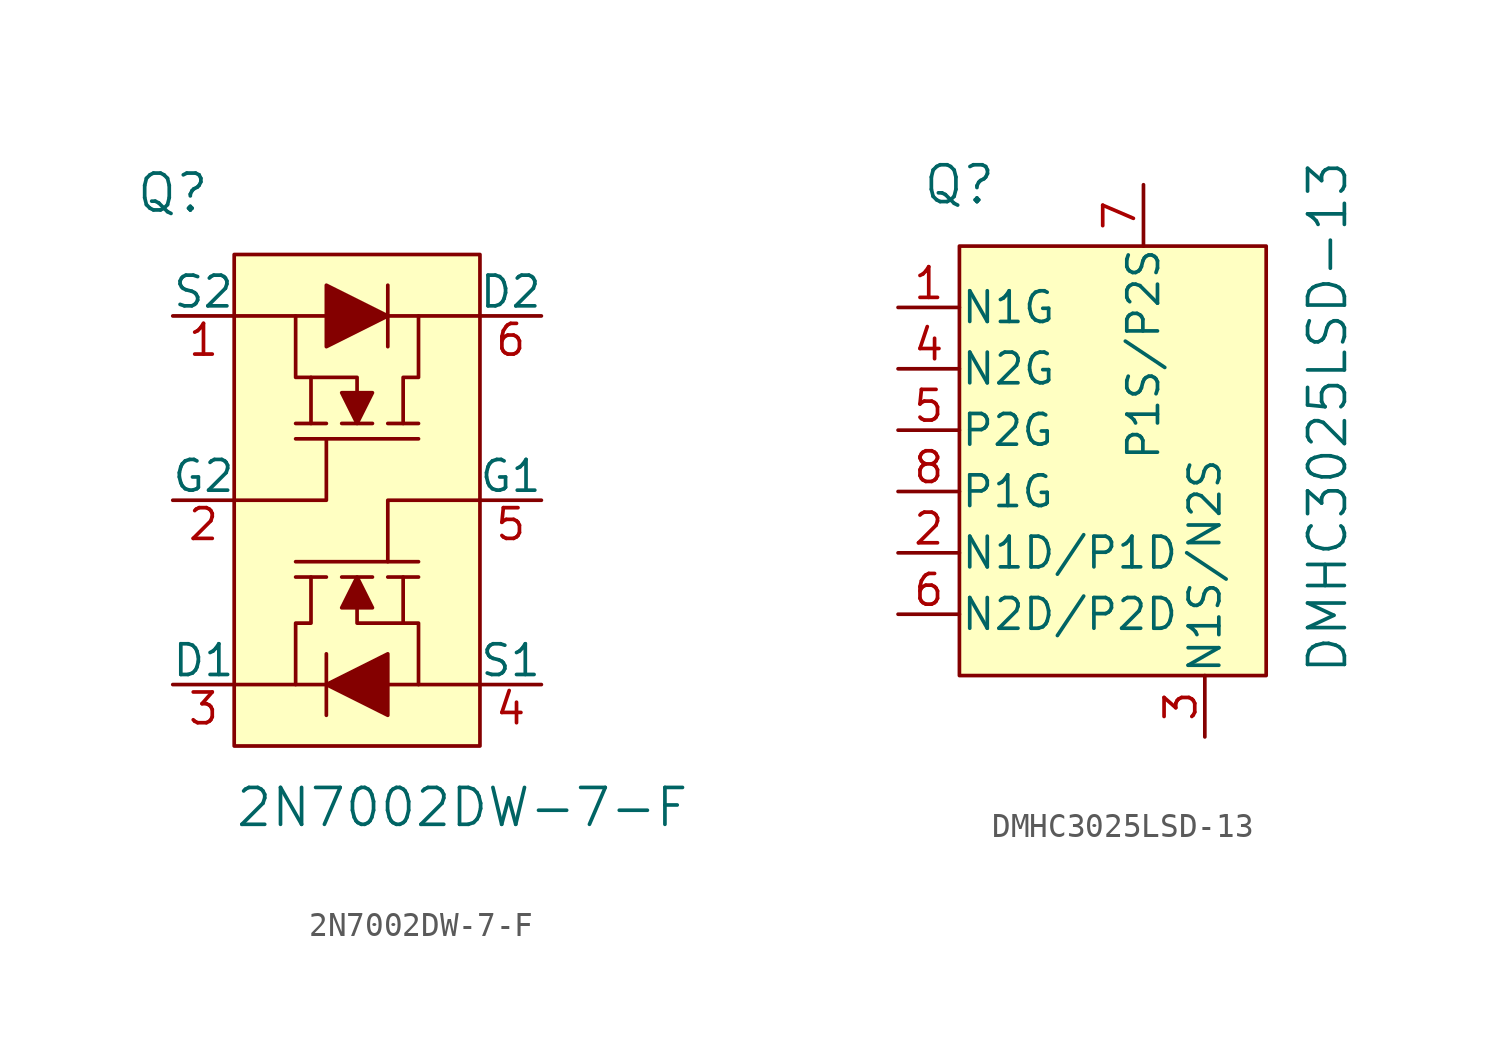
<source format=kicad_sym>
(kicad_symbol_lib
  (version 20211014)
  (generator kicad_symbol_editor)
  (symbol "2N7002DW-7-F"
    (pin_names
      (offset 0))
    (property "Reference" "Q"
      (at -7.62 10.16 0)
      (effects (font (size 1.524 1.524))))
    (property "Value" "2N7002DW-7-F"
      (at -5.08 -15.24 0)
      (effects (font (size 1.524 1.524)) (justify left)))
    (symbol "2N7002DW-7-F_0_1"
      (rectangle (start -5.08 7.62) (end 5.08 -12.7) (stroke (width 0) (type default) (color 0 0 0 0)) (fill (type background)))
      (polyline (pts (xy -5.08 -10.16) (xy -1.27 -10.16)) (stroke (width 0) (type default) (color 0 0 0 0)) (fill (type none)))
      (polyline (pts (xy -2.54 0) (xy 2.54 0)) (stroke (width 0) (type default) (color 0 0 0 0)) (fill (type none)))
      (polyline (pts (xy -1.27 -11.43) (xy -1.27 -8.89)) (stroke (width 0) (type default) (color 0 0 0 0)) (fill (type none)))
      (polyline (pts (xy -1.27 -5.715) (xy -2.54 -5.715)) (stroke (width 0) (type default) (color 0 0 0 0)) (fill (type none)))
      (polyline (pts (xy -1.27 0.635) (xy -2.54 0.635)) (stroke (width 0) (type default) (color 0 0 0 0)) (fill (type none)))
      (polyline (pts (xy -1.27 5.08) (xy -5.08 5.08)) (stroke (width 0) (type default) (color 0 0 0 0)) (fill (type none)))
      (polyline (pts (xy -0.635 0.635) (xy 0.635 0.635)) (stroke (width 0) (type default) (color 0 0 0 0)) (fill (type none)))
      (polyline (pts (xy 0.635 -5.715) (xy -0.635 -5.715)) (stroke (width 0) (type default) (color 0 0 0 0)) (fill (type none)))
      (polyline (pts (xy 1.27 -10.16) (xy 5.08 -10.16)) (stroke (width 0) (type default) (color 0 0 0 0)) (fill (type none)))
      (polyline (pts (xy 1.27 -5.715) (xy 2.54 -5.715)) (stroke (width 0) (type default) (color 0 0 0 0)) (fill (type none)))
      (polyline (pts (xy 1.27 0.635) (xy 2.54 0.635)) (stroke (width 0) (type default) (color 0 0 0 0)) (fill (type none)))
      (polyline (pts (xy 1.27 6.35) (xy 1.27 3.81)) (stroke (width 0) (type default) (color 0 0 0 0)) (fill (type none)))
      (polyline (pts (xy 2.54 -5.08) (xy -2.54 -5.08)) (stroke (width 0) (type default) (color 0 0 0 0)) (fill (type none)))
      (polyline (pts (xy 5.08 5.08) (xy 1.27 5.08)) (stroke (width 0) (type default) (color 0 0 0 0)) (fill (type none)))
      (polyline (pts (xy -5.08 -2.54) (xy -1.27 -2.54) (xy -1.27 0)) (stroke (width 0) (type default) (color 0 0 0 0)) (fill (type none)))
      (polyline (pts (xy -1.905 2.54) (xy -2.54 2.54) (xy -2.54 5.08)) (stroke (width 0) (type default) (color 0 0 0 0)) (fill (type none)))
      (polyline (pts (xy 1.905 -7.62) (xy 2.54 -7.62) (xy 2.54 -10.16)) (stroke (width 0) (type default) (color 0 0 0 0)) (fill (type none)))
      (polyline (pts (xy 5.08 -2.54) (xy 1.27 -2.54) (xy 1.27 -5.08)) (stroke (width 0) (type default) (color 0 0 0 0)) (fill (type none)))
      (polyline (pts (xy -1.905 -5.715) (xy -1.905 -7.62) (xy -2.54 -7.62) (xy -2.54 -10.16)) (stroke (width 0) (type default) (color 0 0 0 0)) (fill (type none)))
      (polyline (pts (xy -1.27 6.35) (xy -1.27 3.81) (xy 1.27 5.08) (xy -1.27 6.35)) (stroke (width 0) (type default) (color 0 0 0 0)) (fill (type outline)))
      (polyline (pts (xy -0.635 1.905) (xy 0 0.635) (xy 0.635 1.905) (xy -0.635 1.905)) (stroke (width 0) (type default) (color 0 0 0 0)) (fill (type outline)))
      (polyline (pts (xy 0 -6.985) (xy 0 -7.62) (xy 1.905 -7.62) (xy 1.905 -5.715)) (stroke (width 0) (type default) (color 0 0 0 0)) (fill (type none)))
      (polyline (pts (xy 0 1.905) (xy 0 2.54) (xy -1.905 2.54) (xy -1.905 0.635)) (stroke (width 0) (type default) (color 0 0 0 0)) (fill (type none)))
      (polyline (pts (xy 0.635 -6.985) (xy 0 -5.715) (xy -0.635 -6.985) (xy 0.635 -6.985)) (stroke (width 0) (type default) (color 0 0 0 0)) (fill (type outline)))
      (polyline (pts (xy 1.27 -11.43) (xy 1.27 -8.89) (xy -1.27 -10.16) (xy 1.27 -11.43)) (stroke (width 0) (type default) (color 0 0 0 0)) (fill (type outline)))
      (polyline (pts (xy 1.905 0.635) (xy 1.905 2.54) (xy 2.54 2.54) (xy 2.54 5.08)) (stroke (width 0) (type default) (color 0 0 0 0)) (fill (type none))))
    (symbol "2N7002DW-7-F_1_1"
      (pin input line (at -7.62 5.08 0) (length 2.54) (name "S2" (effects (font (size 1.27 1.27)))) (number "1" (effects (font (size 1.27 1.27)))))
      (pin input line (at -7.62 -2.54 0) (length 2.54) (name "G2" (effects (font (size 1.27 1.27)))) (number "2" (effects (font (size 1.27 1.27)))))
      (pin output line (at -7.62 -10.16 0) (length 2.54) (name "D1" (effects (font (size 1.27 1.27)))) (number "3" (effects (font (size 1.27 1.27)))))
      (pin input line (at 7.62 -10.16 180) (length 2.54) (name "S1" (effects (font (size 1.27 1.27)))) (number "4" (effects (font (size 1.27 1.27)))))
      (pin input line (at 7.62 -2.54 180) (length 2.54) (name "G1" (effects (font (size 1.27 1.27)))) (number "5" (effects (font (size 1.27 1.27)))))
      (pin output line (at 7.62 5.08 180) (length 2.54) (name "D2" (effects (font (size 1.27 1.27)))) (number "6" (effects (font (size 1.27 1.27)))))))
  (symbol "DMHC3025LSD-13"
    (pin_names
      (offset 0.025))
    (property "Reference" "Q"
      (at -7.62 10.16 0)
      (effects (font (size 1.524 1.524))))
    (property "Value" "DMHC3025LSD-13"
      (at 7.62 -10.16 90)
      (effects (font (size 1.524 1.524)) (justify left)))
    (symbol "DMHC3025LSD-13_0_1"
      (rectangle (start -7.62 7.62) (end 5.08 -10.16) (stroke (width 0) (type default) (color 0 0 0 0)) (fill (type background))))
    (symbol "DMHC3025LSD-13_1_0"
      (pin power_in line (at 0 10.16 270) (length 2.54) (name "P1S/P2S" (effects (font (size 1.27 1.27)))) (number "7" (effects (font (size 1.27 1.27)))))
      (pin input line (at -10.16 -2.54 0) (length 2.54) (name "P1G~{}" (effects (font (size 1.27 1.27)))) (number "8" (effects (font (size 1.27 1.27))))))
    (symbol "DMHC3025LSD-13_1_1"
      (pin input line (at -10.16 5.08 0) (length 2.54) (name "N1G" (effects (font (size 1.27 1.27)))) (number "1" (effects (font (size 1.27 1.27)))))
      (pin passive line (at -10.16 -5.08 0) (length 2.54) (name "N1D/P1D" (effects (font (size 1.27 1.27)))) (number "2" (effects (font (size 1.27 1.27)))))
      (pin power_in line (at 2.54 -12.7 90) (length 2.54) (name "N1S/N2S" (effects (font (size 1.27 1.27)))) (number "3" (effects (font (size 1.27 1.27)))))
      (pin input line (at -10.16 2.54 0) (length 2.54) (name "N2G" (effects (font (size 1.27 1.27)))) (number "4" (effects (font (size 1.27 1.27)))))
      (pin input line (at -10.16 0 0) (length 2.54) (name "P2G" (effects (font (size 1.27 1.27)))) (number "5" (effects (font (size 1.27 1.27)))))
      (pin passive line (at -10.16 -7.62 0) (length 2.54) (name "N2D/P2D" (effects (font (size 1.27 1.27)))) (number "6" (effects (font (size 1.27 1.27))))))))
</source>
